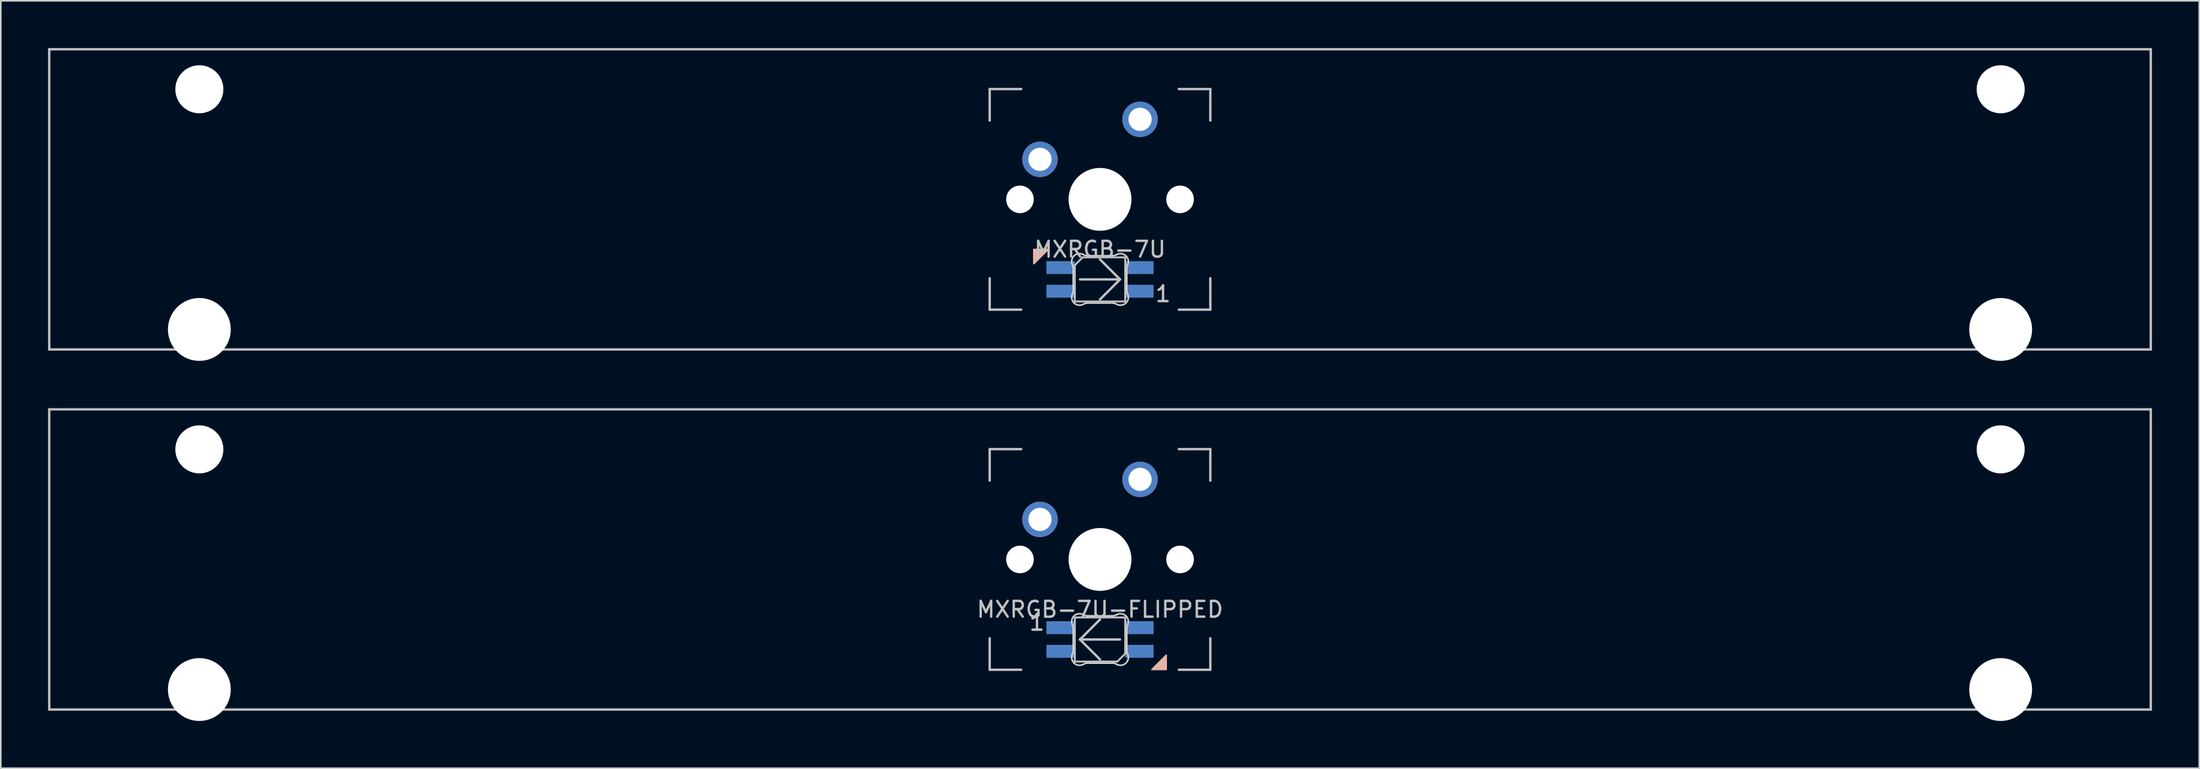
<source format=kicad_pcb>
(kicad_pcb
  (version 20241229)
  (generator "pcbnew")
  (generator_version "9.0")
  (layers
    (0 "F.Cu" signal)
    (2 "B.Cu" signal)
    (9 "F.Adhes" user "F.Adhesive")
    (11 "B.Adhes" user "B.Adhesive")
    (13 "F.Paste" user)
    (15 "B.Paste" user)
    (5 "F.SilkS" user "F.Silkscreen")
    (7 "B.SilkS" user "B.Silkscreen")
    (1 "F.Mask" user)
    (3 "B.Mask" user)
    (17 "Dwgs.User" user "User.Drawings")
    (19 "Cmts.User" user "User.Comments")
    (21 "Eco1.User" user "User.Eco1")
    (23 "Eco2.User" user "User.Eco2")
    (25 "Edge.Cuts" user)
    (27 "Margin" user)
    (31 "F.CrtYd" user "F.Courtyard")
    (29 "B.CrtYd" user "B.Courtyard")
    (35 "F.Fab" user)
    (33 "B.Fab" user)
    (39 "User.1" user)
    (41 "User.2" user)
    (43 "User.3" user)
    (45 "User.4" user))
  (footprint "MXRGB-7U"
    (layer "F.Cu")
    (at 66.75 9.6)
    (property "Reference" "MXRGB-7U" (at 0 3.175 0) (layer "Dwgs.User") (effects (font (size 1 1) (thickness 0.15))))
    (attr through_hole)
    (fp_poly (pts (xy -4.2 4.08) (xy -3.3 3.18) (xy -4.2 3.18)) (stroke (width 0.1) (type solid)) (fill yes) (layer "B.SilkS"))
    (fp_line (start -66.675 -9.525) (end 66.675 -9.525) (stroke (width 0.15) (type solid)) (layer "Dwgs.User"))
    (fp_line (start -66.675 9.525) (end -66.675 -9.525) (stroke (width 0.15) (type solid)) (layer "Dwgs.User"))
    (fp_line (start -66.675 9.525) (end 66.675 9.525) (stroke (width 0.15) (type solid)) (layer "Dwgs.User"))
    (fp_line (start -7 -7) (end -7 -5) (stroke (width 0.15) (type solid)) (layer "Dwgs.User"))
    (fp_line (start -7 5) (end -7 7) (stroke (width 0.15) (type solid)) (layer "Dwgs.User"))
    (fp_line (start -7 7) (end -5 7) (stroke (width 0.15) (type solid)) (layer "Dwgs.User"))
    (fp_line (start -5 -7) (end -7 -7) (stroke (width 0.15) (type solid)) (layer "Dwgs.User"))
    (fp_line (start -1.6 4.18) (end -1.6 6.48) (stroke (width 0.12) (type solid)) (layer "Dwgs.User"))
    (fp_line (start -1.6 4.18) (end -1.1 3.68) (stroke (width 0.12) (type solid)) (layer "Dwgs.User"))
    (fp_line (start -1.6 6.48) (end 1.6 6.48) (stroke (width 0.12) (type solid)) (layer "Dwgs.User"))
    (fp_line (start 1.27 5.08) (end -1.27 5.08) (stroke (width 0.15) (type solid)) (layer "Dwgs.User"))
    (fp_line (start 1.27 5.08) (end 0 3.81) (stroke (width 0.15) (type solid)) (layer "Dwgs.User"))
    (fp_line (start 1.27 5.08) (end 0 6.35) (stroke (width 0.15) (type solid)) (layer "Dwgs.User"))
    (fp_line (start 1.6 3.68) (end -1.1 3.68) (stroke (width 0.12) (type solid)) (layer "Dwgs.User"))
    (fp_line (start 1.6 6.48) (end 1.6 3.68) (stroke (width 0.12) (type solid)) (layer "Dwgs.User"))
    (fp_line (start 5 -7) (end 7 -7) (stroke (width 0.15) (type solid)) (layer "Dwgs.User"))
    (fp_line (start 5 7) (end 7 7) (stroke (width 0.15) (type solid)) (layer "Dwgs.User"))
    (fp_line (start 7 -7) (end 7 -5) (stroke (width 0.15) (type solid)) (layer "Dwgs.User"))
    (fp_line (start 7 7) (end 7 5) (stroke (width 0.15) (type solid)) (layer "Dwgs.User"))
    (fp_line (start 66.675 -9.525) (end 66.675 9.525) (stroke (width 0.15) (type solid)) (layer "Dwgs.User"))
    (fp_line (start -1.7 5.783) (end -1.7 4.377) (stroke (width 0.1) (type solid)) (layer "Edge.Cuts"))
    (fp_line (start -0.794 3.58) (end 0.794 3.58) (stroke (width 0.1) (type solid)) (layer "Edge.Cuts"))
    (fp_line (start 0.794 6.58) (end -0.794 6.58) (stroke (width 0.1) (type solid)) (layer "Edge.Cuts"))
    (fp_line (start 1.7 4.377) (end 1.7 5.783) (stroke (width 0.1) (type solid)) (layer "Edge.Cuts"))
    (fp_arc (start -1.749484 4.160281) (mid -1.712527 4.265933) (end -1.699999 4.377159) (stroke (width 0.1) (type solid)) (layer "Edge.Cuts"))
    (fp_arc (start -1.749484 4.160282) (mid -1.638072 3.575966) (end -1.046711 3.511702) (stroke (width 0.1) (type solid)) (layer "Edge.Cuts"))
    (fp_arc (start -1.699999 5.782844) (mid -1.712527 5.894069) (end -1.749484 5.999721) (stroke (width 0.1) (type solid)) (layer "Edge.Cuts"))
    (fp_arc (start -1.046711 6.648299) (mid -1.638071 6.584035) (end -1.749484 5.999721) (stroke (width 0.1) (type solid)) (layer "Edge.Cuts"))
    (fp_arc (start -1.046711 6.648299) (mid -0.925123 6.597377) (end -0.794453 6.58) (stroke (width 0.1) (type solid)) (layer "Edge.Cuts"))
    (fp_arc (start -0.794452 3.580001) (mid -0.925123 3.562624) (end -1.046711 3.511702) (stroke (width 0.1) (type solid)) (layer "Edge.Cuts"))
    (fp_arc (start 0.794453 6.580001) (mid 0.925123 6.597378) (end 1.046711 6.6483) (stroke (width 0.1) (type solid)) (layer "Edge.Cuts"))
    (fp_arc (start 1.04671 3.511702) (mid 0.925122 3.562624) (end 0.794452 3.580001) (stroke (width 0.1) (type solid)) (layer "Edge.Cuts"))
    (fp_arc (start 1.046711 3.511704) (mid 1.63807 3.575967) (end 1.749484 4.160281) (stroke (width 0.1) (type solid)) (layer "Edge.Cuts"))
    (fp_arc (start 1.699999 4.377158) (mid 1.712527 4.265933) (end 1.749484 4.160281) (stroke (width 0.1) (type solid)) (layer "Edge.Cuts"))
    (fp_arc (start 1.749484 5.999721) (mid 1.638071 6.584036) (end 1.046711 6.6483) (stroke (width 0.1) (type solid)) (layer "Edge.Cuts"))
    (fp_arc (start 1.749484 5.999721) (mid 1.712527 5.894069) (end 1.699999 5.782843) (stroke (width 0.1) (type solid)) (layer "Edge.Cuts"))
    (fp_text user "1" (at 4 6 0) (layer "Dwgs.User") (effects (font (size 1 1) (thickness 0.15))))
    (pad "" np_thru_hole circle (at -57.15 -6.985) (size 3.048 3.048) (drill 3.048) (layers "*.Cu" "*.Mask"))
    (pad "" np_thru_hole circle (at -57.15 8.255) (size 3.988 3.988) (drill 3.988) (layers "*.Cu" "*.Mask"))
    (pad "" np_thru_hole circle (at -5.08 0 48.1) (size 1.75 1.75) (drill 1.75) (layers "*.Cu" "*.Mask"))
    (pad "" np_thru_hole circle (at 0 0) (size 3.988 3.988) (drill 3.988) (layers "*.Cu" "*.Mask"))
    (pad "" np_thru_hole circle (at 5.08 0 48.1) (size 1.75 1.75) (drill 1.75) (layers "*.Cu" "*.Mask"))
    (pad "" np_thru_hole circle (at 57.15 -6.985) (size 3.048 3.048) (drill 3.048) (layers "*.Cu" "*.Mask"))
    (pad "" np_thru_hole circle (at 57.15 8.255) (size 3.988 3.988) (drill 3.988) (layers "*.Cu" "*.Mask"))
    (pad "1" thru_hole circle (at -3.81 -2.54) (size 2.25 2.25) (drill 1.47) (layers "*.Cu" "B.Mask"))
    (pad "2" thru_hole circle (at 2.54 -5.08) (size 2.25 2.25) (drill 1.47) (layers "*.Cu" "B.Mask"))
    (pad "3" smd rect (at 2.5 5.83) (size 1.8 0.82) (layers "B.Cu" "B.Mask" "B.Paste"))
    (pad "4" smd rect (at 2.5 4.33) (size 1.8 0.82) (layers "B.Cu" "B.Mask" "B.Paste"))
    (pad "5" smd rect (at -2.5 4.33) (size 1.8 0.82) (layers "B.Cu" "B.Mask" "B.Paste"))
    (pad "6" smd rect (at -2.5 5.83) (size 1.8 0.82) (layers "B.Cu" "B.Mask" "B.Paste")))
  (footprint "MXRGB-7U-FLIPPED"
    (layer "F.Cu")
    (at 66.75 32.449)
    (property "Reference" "MXRGB-7U-FLIPPED" (at 0 3.175 0) (layer "Dwgs.User") (effects (font (size 1 1) (thickness 0.15))))
    (attr through_hole)
    (fp_poly (pts (xy 4.2 6.08) (xy 3.3 6.98) (xy 4.2 6.98)) (stroke (width 0.1) (type solid)) (fill yes) (layer "B.SilkS"))
    (fp_line (start -66.675 -9.525) (end 66.675 -9.525) (stroke (width 0.15) (type solid)) (layer "Dwgs.User"))
    (fp_line (start -66.675 9.525) (end -66.675 -9.525) (stroke (width 0.15) (type solid)) (layer "Dwgs.User"))
    (fp_line (start -66.675 9.525) (end 66.675 9.525) (stroke (width 0.15) (type solid)) (layer "Dwgs.User"))
    (fp_line (start -7 -7) (end -7 -5) (stroke (width 0.15) (type solid)) (layer "Dwgs.User"))
    (fp_line (start -7 5) (end -7 7) (stroke (width 0.15) (type solid)) (layer "Dwgs.User"))
    (fp_line (start -7 7) (end -5 7) (stroke (width 0.15) (type solid)) (layer "Dwgs.User"))
    (fp_line (start -5 -7) (end -7 -7) (stroke (width 0.15) (type solid)) (layer "Dwgs.User"))
    (fp_line (start -1.6 3.68) (end -1.6 6.48) (stroke (width 0.12) (type solid)) (layer "Dwgs.User"))
    (fp_line (start -1.6 6.48) (end 1.1 6.48) (stroke (width 0.12) (type solid)) (layer "Dwgs.User"))
    (fp_line (start -1.27 5.08) (end 0 3.81) (stroke (width 0.15) (type solid)) (layer "Dwgs.User"))
    (fp_line (start -1.27 5.08) (end 0 6.35) (stroke (width 0.15) (type solid)) (layer "Dwgs.User"))
    (fp_line (start -1.27 5.08) (end 1.27 5.08) (stroke (width 0.15) (type solid)) (layer "Dwgs.User"))
    (fp_line (start 1.6 3.68) (end -1.6 3.68) (stroke (width 0.12) (type solid)) (layer "Dwgs.User"))
    (fp_line (start 1.6 5.98) (end 1.1 6.48) (stroke (width 0.12) (type solid)) (layer "Dwgs.User"))
    (fp_line (start 1.6 5.98) (end 1.6 3.68) (stroke (width 0.12) (type solid)) (layer "Dwgs.User"))
    (fp_line (start 5 -7) (end 7 -7) (stroke (width 0.15) (type solid)) (layer "Dwgs.User"))
    (fp_line (start 5 7) (end 7 7) (stroke (width 0.15) (type solid)) (layer "Dwgs.User"))
    (fp_line (start 7 -7) (end 7 -5) (stroke (width 0.15) (type solid)) (layer "Dwgs.User"))
    (fp_line (start 7 7) (end 7 5) (stroke (width 0.15) (type solid)) (layer "Dwgs.User"))
    (fp_line (start 66.675 -9.525) (end 66.675 9.525) (stroke (width 0.15) (type solid)) (layer "Dwgs.User"))
    (fp_line (start -1.7 5.783) (end -1.7 4.377) (stroke (width 0.1) (type solid)) (layer "Edge.Cuts"))
    (fp_line (start -0.794 3.58) (end 0.794 3.58) (stroke (width 0.1) (type solid)) (layer "Edge.Cuts"))
    (fp_line (start 0.794 6.58) (end -0.794 6.58) (stroke (width 0.1) (type solid)) (layer "Edge.Cuts"))
    (fp_line (start 1.7 4.377) (end 1.7 5.783) (stroke (width 0.1) (type solid)) (layer "Edge.Cuts"))
    (fp_arc (start -1.749484 4.160279) (mid -1.712527 4.265931) (end -1.699999 4.377157) (stroke (width 0.1) (type solid)) (layer "Edge.Cuts"))
    (fp_arc (start -1.749484 4.160279) (mid -1.638071 3.575964) (end -1.046711 3.5117) (stroke (width 0.1) (type solid)) (layer "Edge.Cuts"))
    (fp_arc (start -1.699999 5.782842) (mid -1.712527 5.894067) (end -1.749484 5.999719) (stroke (width 0.1) (type solid)) (layer "Edge.Cuts"))
    (fp_arc (start -1.046711 6.648296) (mid -1.63807 6.584033) (end -1.749484 5.999719) (stroke (width 0.1) (type solid)) (layer "Edge.Cuts"))
    (fp_arc (start -1.04671 6.648298) (mid -0.925122 6.597376) (end -0.794452 6.579999) (stroke (width 0.1) (type solid)) (layer "Edge.Cuts"))
    (fp_arc (start -0.794453 3.579999) (mid -0.925123 3.562622) (end -1.046711 3.5117) (stroke (width 0.1) (type solid)) (layer "Edge.Cuts"))
    (fp_arc (start 0.794452 6.579999) (mid 0.925123 6.597376) (end 1.046711 6.648298) (stroke (width 0.1) (type solid)) (layer "Edge.Cuts"))
    (fp_arc (start 1.046711 3.511701) (mid 0.925123 3.562623) (end 0.794453 3.58) (stroke (width 0.1) (type solid)) (layer "Edge.Cuts"))
    (fp_arc (start 1.046711 3.511701) (mid 1.638071 3.575965) (end 1.749484 4.160279) (stroke (width 0.1) (type solid)) (layer "Edge.Cuts"))
    (fp_arc (start 1.699999 4.377156) (mid 1.712527 4.265931) (end 1.749484 4.160279) (stroke (width 0.1) (type solid)) (layer "Edge.Cuts"))
    (fp_arc (start 1.749484 5.999718) (mid 1.638072 6.584034) (end 1.046711 6.648298) (stroke (width 0.1) (type solid)) (layer "Edge.Cuts"))
    (fp_arc (start 1.749484 5.999719) (mid 1.712527 5.894067) (end 1.699999 5.782841) (stroke (width 0.1) (type solid)) (layer "Edge.Cuts"))
    (fp_text user "1" (at -4 4 0) (layer "Dwgs.User") (effects (font (size 1 1) (thickness 0.15))))
    (pad "" np_thru_hole circle (at -57.15 -6.985) (size 3.048 3.048) (drill 3.048) (layers "*.Cu" "*.Mask"))
    (pad "" np_thru_hole circle (at -57.15 8.255) (size 3.988 3.988) (drill 3.988) (layers "*.Cu" "*.Mask"))
    (pad "" np_thru_hole circle (at -5.08 0 48.1) (size 1.75 1.75) (drill 1.75) (layers "*.Cu" "*.Mask"))
    (pad "" np_thru_hole circle (at 0 0) (size 3.988 3.988) (drill 3.988) (layers "*.Cu" "*.Mask"))
    (pad "" np_thru_hole circle (at 5.08 0 48.1) (size 1.75 1.75) (drill 1.75) (layers "*.Cu" "*.Mask"))
    (pad "" np_thru_hole circle (at 57.15 -6.985) (size 3.048 3.048) (drill 3.048) (layers "*.Cu" "*.Mask"))
    (pad "" np_thru_hole circle (at 57.15 8.255) (size 3.988 3.988) (drill 3.988) (layers "*.Cu" "*.Mask"))
    (pad "1" thru_hole circle (at -3.81 -2.54) (size 2.25 2.25) (drill 1.47) (layers "*.Cu" "B.Mask"))
    (pad "2" thru_hole circle (at 2.54 -5.08) (size 2.25 2.25) (drill 1.47) (layers "*.Cu" "B.Mask"))
    (pad "3" smd rect (at -2.5 4.33) (size 1.8 0.82) (layers "B.Cu" "B.Mask" "B.Paste"))
    (pad "4" smd rect (at -2.5 5.83) (size 1.8 0.82) (layers "B.Cu" "B.Mask" "B.Paste"))
    (pad "5" smd rect (at 2.5 5.83) (size 1.8 0.82) (layers "B.Cu" "B.Mask" "B.Paste"))
    (pad "6" smd rect (at 2.5 4.33) (size 1.8 0.82) (layers "B.Cu" "B.Mask" "B.Paste")))
  (gr_rect
    (start -3 -3)
    (end 136.5 45.698)
    (stroke (width 0.1) (type default))
    (fill no)
    (layer "Edge.Cuts")))
</source>
